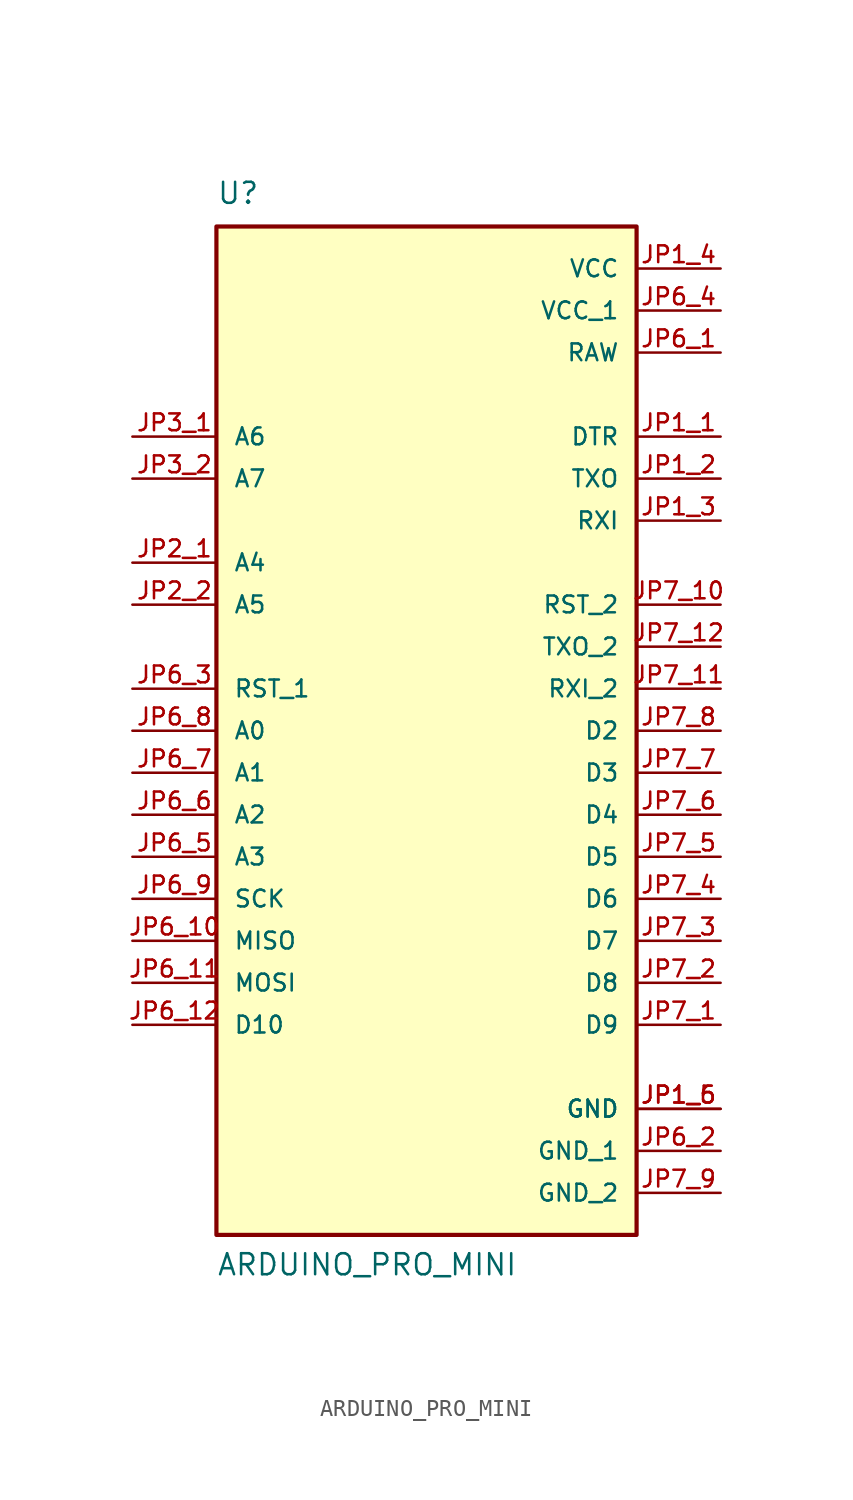
<source format=kicad_sym>
(kicad_symbol_lib
  (version 20220914)
  (generator kicad_symbol_editor)
  (symbol "ARDUINO_PRO_MINI"
    (pin_names
      (offset 1.016))
    (property "Reference" "U"
      (at -12.7 31.75 0)
      (effects (font (size 1.27 1.27)) (justify left bottom)))
    (property "Value" "ARDUINO_PRO_MINI"
      (at -12.7 -33.02 0)
      (effects (font (size 1.27 1.27)) (justify left bottom)))
    (symbol "ARDUINO_PRO_MINI_0_0"
      (rectangle (start -12.7 -30.48) (end 12.7 30.48) (stroke (width 0.254) (type solid)) (fill (type background)))
      (pin input line (at 17.78 17.78 180) (length 5.08) (name "DTR" (effects (font (size 1.016 1.016)))) (number "JP1_1" (effects (font (size 1.016 1.016)))))
      (pin bidirectional line (at 17.78 15.24 180) (length 5.08) (name "TXO" (effects (font (size 1.016 1.016)))) (number "JP1_2" (effects (font (size 1.016 1.016)))))
      (pin bidirectional line (at 17.78 12.7 180) (length 5.08) (name "RXI" (effects (font (size 1.016 1.016)))) (number "JP1_3" (effects (font (size 1.016 1.016)))))
      (pin power_in line (at 17.78 27.94 180) (length 5.08) (name "VCC" (effects (font (size 1.016 1.016)))) (number "JP1_4" (effects (font (size 1.016 1.016)))))
      (pin power_in line (at 17.78 -22.86 180) (length 5.08) (name "GND" (effects (font (size 1.016 1.016)))) (number "JP1_5" (effects (font (size 1.016 1.016)))))
      (pin power_in line (at 17.78 -22.86 180) (length 5.08) (name "GND" (effects (font (size 1.016 1.016)))) (number "JP1_6" (effects (font (size 1.016 1.016)))))
      (pin bidirectional line (at -17.78 10.16 0) (length 5.08) (name "A4" (effects (font (size 1.016 1.016)))) (number "JP2_1" (effects (font (size 1.016 1.016)))))
      (pin bidirectional line (at -17.78 7.62 0) (length 5.08) (name "A5" (effects (font (size 1.016 1.016)))) (number "JP2_2" (effects (font (size 1.016 1.016)))))
      (pin input line (at -17.78 17.78 0) (length 5.08) (name "A6" (effects (font (size 1.016 1.016)))) (number "JP3_1" (effects (font (size 1.016 1.016)))))
      (pin input line (at -17.78 15.24 0) (length 5.08) (name "A7" (effects (font (size 1.016 1.016)))) (number "JP3_2" (effects (font (size 1.016 1.016)))))
      (pin power_in line (at 17.78 22.86 180) (length 5.08) (name "RAW" (effects (font (size 1.016 1.016)))) (number "JP6_1" (effects (font (size 1.016 1.016)))))
      (pin bidirectional line (at -17.78 -12.7 0) (length 5.08) (name "MISO" (effects (font (size 1.016 1.016)))) (number "JP6_10" (effects (font (size 1.016 1.016)))))
      (pin bidirectional line (at -17.78 -15.24 0) (length 5.08) (name "MOSI" (effects (font (size 1.016 1.016)))) (number "JP6_11" (effects (font (size 1.016 1.016)))))
      (pin bidirectional line (at -17.78 -17.78 0) (length 5.08) (name "D10" (effects (font (size 1.016 1.016)))) (number "JP6_12" (effects (font (size 1.016 1.016)))))
      (pin power_in line (at 17.78 -25.4 180) (length 5.08) (name "GND_1" (effects (font (size 1.016 1.016)))) (number "JP6_2" (effects (font (size 1.016 1.016)))))
      (pin input line (at -17.78 2.54 0) (length 5.08) (name "RST_1" (effects (font (size 1.016 1.016)))) (number "JP6_3" (effects (font (size 1.016 1.016)))))
      (pin power_in line (at 17.78 25.4 180) (length 5.08) (name "VCC_1" (effects (font (size 1.016 1.016)))) (number "JP6_4" (effects (font (size 1.016 1.016)))))
      (pin bidirectional line (at -17.78 -7.62 0) (length 5.08) (name "A3" (effects (font (size 1.016 1.016)))) (number "JP6_5" (effects (font (size 1.016 1.016)))))
      (pin bidirectional line (at -17.78 -5.08 0) (length 5.08) (name "A2" (effects (font (size 1.016 1.016)))) (number "JP6_6" (effects (font (size 1.016 1.016)))))
      (pin bidirectional line (at -17.78 -2.54 0) (length 5.08) (name "A1" (effects (font (size 1.016 1.016)))) (number "JP6_7" (effects (font (size 1.016 1.016)))))
      (pin bidirectional line (at -17.78 0 0) (length 5.08) (name "A0" (effects (font (size 1.016 1.016)))) (number "JP6_8" (effects (font (size 1.016 1.016)))))
      (pin bidirectional line (at -17.78 -10.16 0) (length 5.08) (name "SCK" (effects (font (size 1.016 1.016)))) (number "JP6_9" (effects (font (size 1.016 1.016)))))
      (pin bidirectional line (at 17.78 -17.78 180) (length 5.08) (name "D9" (effects (font (size 1.016 1.016)))) (number "JP7_1" (effects (font (size 1.016 1.016)))))
      (pin input line (at 17.78 7.62 180) (length 5.08) (name "RST_2" (effects (font (size 1.016 1.016)))) (number "JP7_10" (effects (font (size 1.016 1.016)))))
      (pin bidirectional line (at 17.78 2.54 180) (length 5.08) (name "RXI_2" (effects (font (size 1.016 1.016)))) (number "JP7_11" (effects (font (size 1.016 1.016)))))
      (pin bidirectional line (at 17.78 5.08 180) (length 5.08) (name "TXO_2" (effects (font (size 1.016 1.016)))) (number "JP7_12" (effects (font (size 1.016 1.016)))))
      (pin bidirectional line (at 17.78 -15.24 180) (length 5.08) (name "D8" (effects (font (size 1.016 1.016)))) (number "JP7_2" (effects (font (size 1.016 1.016)))))
      (pin bidirectional line (at 17.78 -12.7 180) (length 5.08) (name "D7" (effects (font (size 1.016 1.016)))) (number "JP7_3" (effects (font (size 1.016 1.016)))))
      (pin bidirectional line (at 17.78 -10.16 180) (length 5.08) (name "D6" (effects (font (size 1.016 1.016)))) (number "JP7_4" (effects (font (size 1.016 1.016)))))
      (pin bidirectional line (at 17.78 -7.62 180) (length 5.08) (name "D5" (effects (font (size 1.016 1.016)))) (number "JP7_5" (effects (font (size 1.016 1.016)))))
      (pin bidirectional line (at 17.78 -5.08 180) (length 5.08) (name "D4" (effects (font (size 1.016 1.016)))) (number "JP7_6" (effects (font (size 1.016 1.016)))))
      (pin bidirectional line (at 17.78 -2.54 180) (length 5.08) (name "D3" (effects (font (size 1.016 1.016)))) (number "JP7_7" (effects (font (size 1.016 1.016)))))
      (pin bidirectional line (at 17.78 0 180) (length 5.08) (name "D2" (effects (font (size 1.016 1.016)))) (number "JP7_8" (effects (font (size 1.016 1.016)))))
      (pin power_in line (at 17.78 -27.94 180) (length 5.08) (name "GND_2" (effects (font (size 1.016 1.016)))) (number "JP7_9" (effects (font (size 1.016 1.016))))))))
</source>
